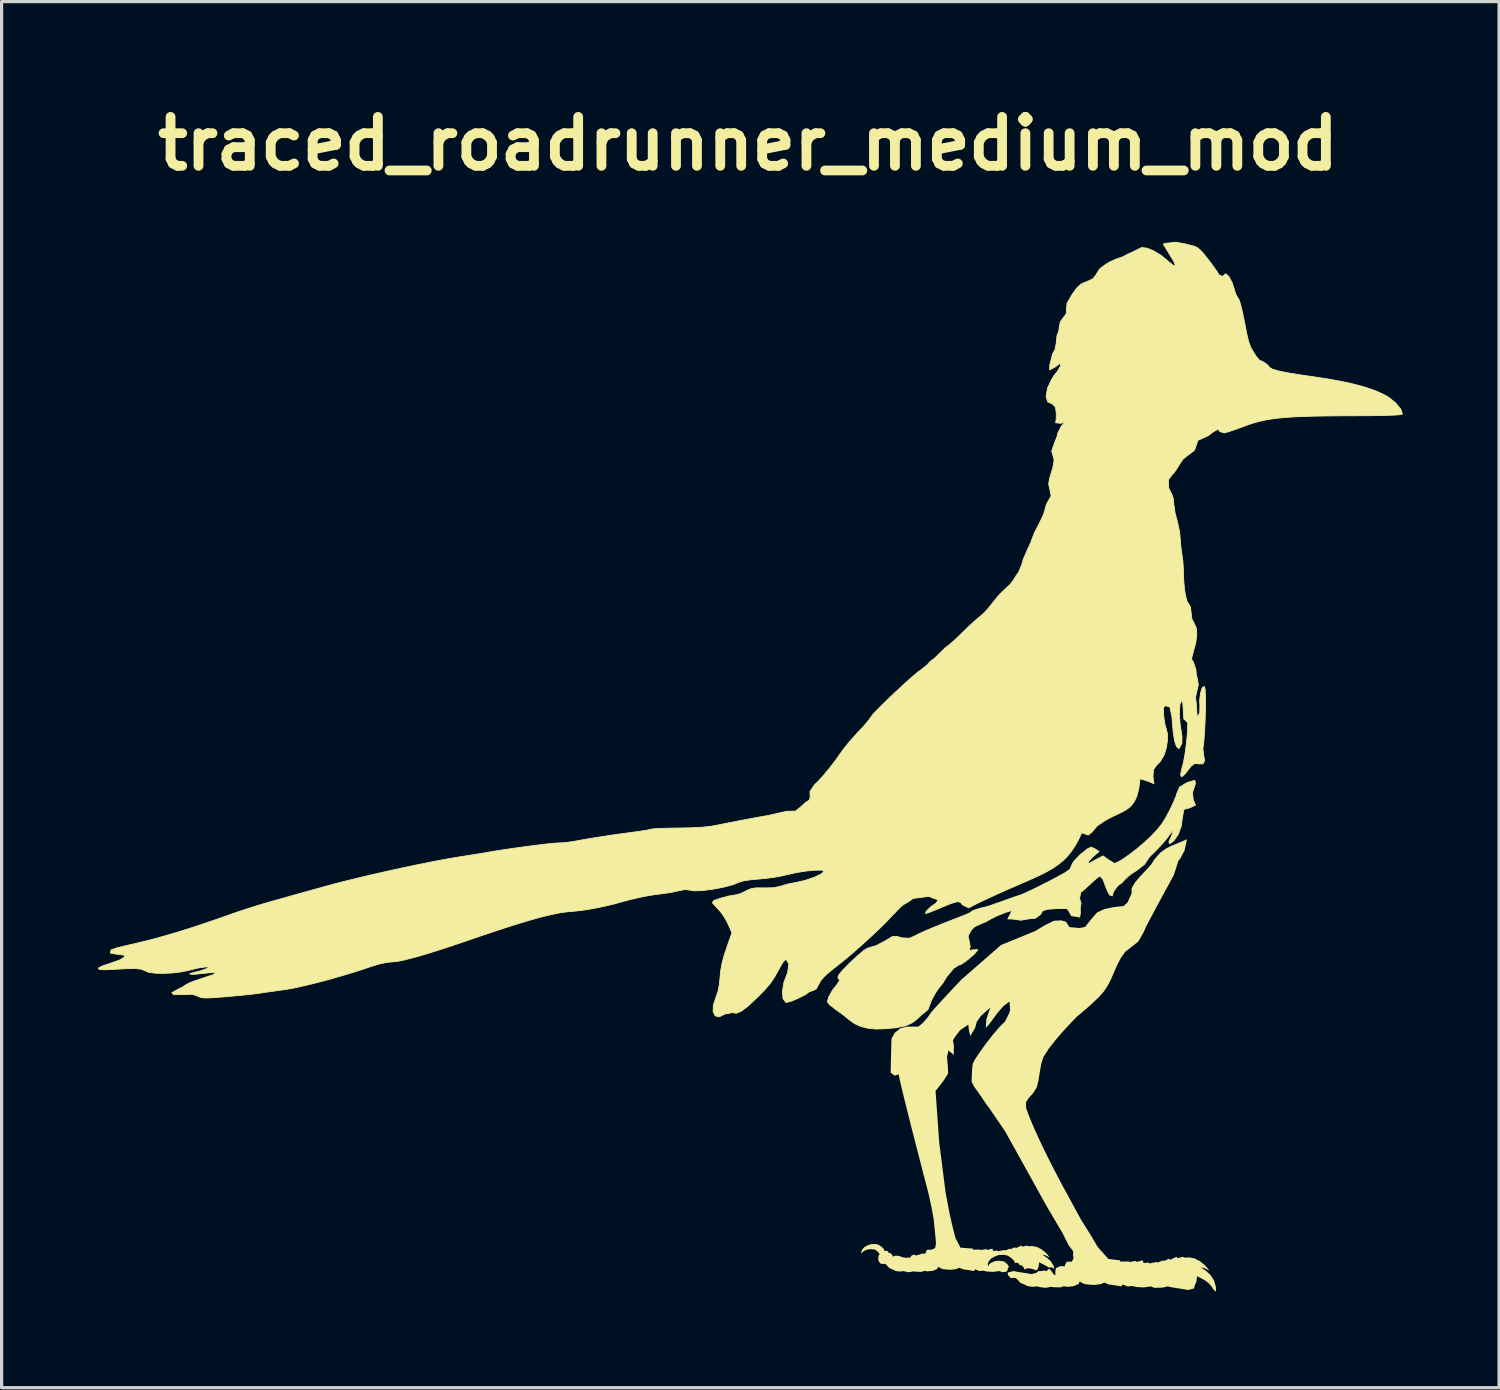
<source format=kicad_pcb>
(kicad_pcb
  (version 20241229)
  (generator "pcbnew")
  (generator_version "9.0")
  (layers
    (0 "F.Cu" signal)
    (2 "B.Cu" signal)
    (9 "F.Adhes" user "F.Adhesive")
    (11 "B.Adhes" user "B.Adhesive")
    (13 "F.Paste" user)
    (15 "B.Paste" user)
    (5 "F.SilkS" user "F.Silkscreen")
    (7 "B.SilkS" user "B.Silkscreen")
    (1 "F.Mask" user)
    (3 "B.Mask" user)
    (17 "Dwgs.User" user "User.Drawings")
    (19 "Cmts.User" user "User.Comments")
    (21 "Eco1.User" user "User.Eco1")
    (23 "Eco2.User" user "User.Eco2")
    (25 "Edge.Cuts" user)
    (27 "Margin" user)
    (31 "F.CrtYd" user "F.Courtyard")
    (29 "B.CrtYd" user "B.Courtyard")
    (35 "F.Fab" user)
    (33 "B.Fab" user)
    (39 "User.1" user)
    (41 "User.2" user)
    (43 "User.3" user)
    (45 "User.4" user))
  (footprint "traced_roadrunner_medium_mod"
    (layer "F.Cu")
    (at 20.262 20.831)
    (property "Reference" "traced_roadrunner_medium_mod" (at 0 -19.404 0) (layer "F.SilkS") (effects (font (size 1.524 1.524) (thickness 0.305))))
    (attr smd)
    (fp_poly (pts (xy 14.084 -11.843) (xy 14.14 -12.068) (xy 14.098 -12.316) (xy 14.022 -12.184) (xy 13.978 -12.027) (xy 13.919 -11.928) (xy 13.849 -11.827) (xy 13.941 -11.786) (xy 14.084 -11.843) (xy 14.084 -11.843)) (stroke (width 0.026) (type solid)) (fill yes) (layer "F.SilkS"))
    (fp_poly (pts (xy 11.821 -11.804) (xy 12.04 -11.857) (xy 12.292 -11.88) (xy 12.564 -11.915) (xy 12.738 -12.04) (xy 12.867 -12.295) (xy 12.958 -12.536) (xy 12.811 -12.683) (xy 12.693 -12.778) (xy 12.549 -12.821) (xy 12.325 -12.818) (xy 11.967 -12.774) (xy 11.622 -12.701) (xy 11.382 -12.593) (xy 11.254 -12.455) (xy 11.241 -12.29) (xy 11.19 -12.129) (xy 11.113 -11.935) (xy 11.056 -11.747) (xy 11.057 -11.622) (xy 11.145 -11.586) (xy 11.364 -11.638) (xy 11.821 -11.804) (xy 11.821 -11.804)) (stroke (width 0.026) (type solid)) (fill yes) (layer "F.SilkS"))
    (fp_poly (pts (xy 7.143 4.444) (xy 7.255 4.41) (xy 7.347 4.391) (xy 7.517 4.342) (xy 7.864 4.221) (xy 8.125 4.126) (xy 8.341 4.052) (xy 8.464 4.013) (xy 8.575 3.97) (xy 8.776 3.877) (xy 9.036 3.75) (xy 9.323 3.605) (xy 9.606 3.457) (xy 9.854 3.322) (xy 10.023 3.205) (xy 10.062 3.116) (xy 10.13 2.976) (xy 10.326 2.764) (xy 10.57 2.567) (xy 10.687 2.514) (xy 10.809 2.57) (xy 10.932 2.65) (xy 10.717 2.835) (xy 10.577 2.989) (xy 10.627 3.015) (xy 10.84 2.899) (xy 11.055 2.786) (xy 11.211 2.899) (xy 11.407 3.021) (xy 11.512 2.984) (xy 11.681 2.883) (xy 11.892 2.735) (xy 12.123 2.556) (xy 12.352 2.362) (xy 12.559 2.169) (xy 12.736 1.981) (xy 12.88 1.8) (xy 13.007 1.603) (xy 13.133 1.367) (xy 13.248 1.125) (xy 13.329 0.931) (xy 13.361 0.826) (xy 13.445 0.638) (xy 13.682 0.499) (xy 13.916 0.432) (xy 13.933 0.535) (xy 13.842 0.814) (xy 13.866 1.042) (xy 13.938 1.203) (xy 13.767 1.286) (xy 13.574 1.338) (xy 13.528 1.594) (xy 13.49 1.867) (xy 13.399 2.114) (xy 13.265 2.31) (xy 13.137 2.407) (xy 13.107 2.349) (xy 13.19 2.161) (xy 13.266 1.946) (xy 13.121 2.133) (xy 13.042 2.245) (xy 12.899 2.412) (xy 12.712 2.612) (xy 12.5 2.821) (xy 12.35 3.046) (xy 12.131 3.22) (xy 11.909 3.365) (xy 11.752 3.504) (xy 11.638 3.628) (xy 11.514 3.716) (xy 11.382 3.9) (xy 11.342 4.034) (xy 11.254 4) (xy 11.165 3.816) (xy 11.054 3.519) (xy 10.956 3.412) (xy 10.86 3.48) (xy 10.679 3.644) (xy 10.485 3.822) (xy 10.359 3.925) (xy 10.324 4.112) (xy 10.371 4.267) (xy 10.346 4.393) (xy 10.348 4.584) (xy 10.328 4.694) (xy 10.225 4.672) (xy 10.074 4.652) (xy 9.989 4.503) (xy 9.932 4.428) (xy 9.635 4.427) (xy 9.314 4.45) (xy 9.173 4.499) (xy 9.109 4.611) (xy 8.951 4.727) (xy 8.768 4.745) (xy 8.498 4.791) (xy 8.328 4.765) (xy 8.206 4.751) (xy 8.091 4.753) (xy 8.162 4.607) (xy 8.222 4.487) (xy 8.025 4.545) (xy 7.729 4.664) (xy 7.542 4.76) (xy 7.419 4.832) (xy 7.233 4.908) (xy 7.053 4.994) (xy 6.956 5.091) (xy 6.85 5.284) (xy 6.885 5.444) (xy 6.918 5.616) (xy 6.882 5.738) (xy 7.001 5.712) (xy 7.155 5.709) (xy 7.05 5.843) (xy 6.93 5.943) (xy 6.787 6.063) (xy 6.649 6.158) (xy 6.538 6.198) (xy 6.403 6.291) (xy 6.193 6.54) (xy 6.077 6.73) (xy 5.994 6.839) (xy 5.921 6.927) (xy 5.834 7.055) (xy 5.711 7.283) (xy 5.639 7.475) (xy 5.6 7.576) (xy 5.417 7.724) (xy 5.27 7.863) (xy 5.113 7.985) (xy 4.901 8.081) (xy 4.59 8.143) (xy 4.248 8.173) (xy 3.98 8.181) (xy 3.735 8.157) (xy 3.514 8.102) (xy 3.322 8.017) (xy 3.16 7.902) (xy 2.954 7.735) (xy 2.719 7.566) (xy 2.539 7.426) (xy 2.464 7.331) (xy 2.514 7.175) (xy 2.628 6.97) (xy 2.752 6.813) (xy 2.851 6.667) (xy 2.794 6.576) (xy 2.818 6.501) (xy 2.954 6.337) (xy 3.159 6.127) (xy 3.388 5.916) (xy 3.591 5.739) (xy 3.713 5.664) (xy 3.901 5.607) (xy 4.01 5.575) (xy 4.049 5.548) (xy 4.238 5.452) (xy 4.49 5.3) (xy 4.629 5.297) (xy 4.813 5.343) (xy 5.031 5.35) (xy 5.187 5.281) (xy 5.306 5.218) (xy 5.53 5.117) (xy 5.828 4.992) (xy 6.166 4.857) (xy 6.537 4.713) (xy 6.789 4.615) (xy 6.932 4.549) (xy 6.977 4.504) (xy 7.143 4.444)) (stroke (width 0.026) (type solid)) (fill yes) (layer "F.SilkS"))
    (fp_poly (pts (xy 13.673 2.266) (xy 13.424 2.375) (xy 13.207 2.462) (xy 13.013 2.558) (xy 12.831 2.694) (xy 12.65 2.902) (xy 12.556 3.051) (xy 12.395 3.23) (xy 12.21 3.425) (xy 12.046 3.62) (xy 11.944 3.8) (xy 11.948 3.948) (xy 11.82 4.236) (xy 11.696 4.351) (xy 11.6 4.357) (xy 11.371 4.384) (xy 11.099 4.443) (xy 10.872 4.547) (xy 10.703 4.739) (xy 10.559 4.919) (xy 10.497 4.999) (xy 10.326 5.033) (xy 10.01 5.005) (xy 9.9 4.837) (xy 9.752 4.795) (xy 9.522 4.809) (xy 9.242 4.947) (xy 9.042 5.066) (xy 8.966 5.117) (xy 7.879 5.562) (xy 6.632 6.649) (xy 6.543 6.743) (xy 6.328 6.973) (xy 6.064 7.257) (xy 5.827 7.516) (xy 5.693 7.67) (xy 5.586 7.826) (xy 5.432 8) (xy 5.296 8.106) (xy 5.138 8.104) (xy 4.953 8.105) (xy 4.741 8.156) (xy 4.563 8.301) (xy 4.464 8.484) (xy 4.46 8.624) (xy 4.452 8.947) (xy 4.443 9.302) (xy 4.439 9.542) (xy 4.565 9.634) (xy 4.691 9.593) (xy 4.704 9.678) (xy 4.742 9.852) (xy 4.8 10.099) (xy 4.875 10.404) (xy 4.962 10.752) (xy 5.056 11.128) (xy 5.155 11.516) (xy 5.254 11.902) (xy 5.349 12.27) (xy 5.435 12.606) (xy 5.51 12.893) (xy 5.568 13.117) (xy 5.606 13.262) (xy 5.619 13.314) (xy 5.714 13.752) (xy 5.778 14.101) (xy 5.828 14.601) (xy 5.851 14.851) (xy 5.824 15.007) (xy 5.71 15.056) (xy 5.57 15.06) (xy 5.535 15.128) (xy 5.52 15.181) (xy 5.399 15.177) (xy 5.365 15.2) (xy 5.217 15.238) (xy 5.175 15.208) (xy 5.096 15.234) (xy 5.031 15.314) (xy 4.99 15.295) (xy 4.906 15.319) (xy 4.899 15.3) (xy 4.819 15.296) (xy 4.736 15.262) (xy 4.647 15.243) (xy 4.571 15.245) (xy 4.51 15.272) (xy 4.487 15.22) (xy 4.436 15.164) (xy 4.378 15.154) (xy 4.351 15.106) (xy 4.302 15.088) (xy 4.254 15.101) (xy 4.224 15.031) (xy 4.158 14.966) (xy 4.061 14.902) (xy 3.97 14.879) (xy 3.83 14.883) (xy 3.714 14.923) (xy 3.612 14.981) (xy 3.551 15.055) (xy 3.522 15.122) (xy 3.532 15.186) (xy 3.566 15.125) (xy 3.625 15.087) (xy 3.722 15.048) (xy 3.837 15.038) (xy 3.968 15.059) (xy 4.053 15.135) (xy 4.095 15.199) (xy 4.067 15.23) (xy 4.053 15.294) (xy 4.055 15.361) (xy 4.067 15.421) (xy 4.135 15.497) (xy 4.275 15.5) (xy 4.344 15.569) (xy 4.398 15.629) (xy 4.521 15.682) (xy 4.596 15.72) (xy 4.72 15.736) (xy 4.843 15.725) (xy 4.934 15.746) (xy 5.01 15.758) (xy 5.155 15.731) (xy 5.22 15.742) (xy 5.402 15.747) (xy 5.488 15.715) (xy 5.579 15.731) (xy 5.756 15.715) (xy 5.89 15.656) (xy 5.922 15.586) (xy 5.976 15.624) (xy 6.067 15.662) (xy 6.297 15.683) (xy 6.474 15.662) (xy 6.582 15.619) (xy 6.694 15.667) (xy 6.844 15.688) (xy 7.037 15.721) (xy 7.064 15.667) (xy 7.204 15.721) (xy 7.332 15.71) (xy 7.44 15.737) (xy 7.638 15.747) (xy 7.826 15.721) (xy 7.917 15.758) (xy 8.045 15.742) (xy 8.079 15.699) (xy 8.094 15.624) (xy 8.127 15.589) (xy 8.079 15.514) (xy 7.98 15.425) (xy 7.828 15.401) (xy 7.693 15.412) (xy 7.581 15.458) (xy 7.512 15.503) (xy 7.473 15.573) (xy 7.462 15.498) (xy 7.495 15.421) (xy 7.565 15.335) (xy 7.684 15.267) (xy 7.819 15.22) (xy 7.982 15.216) (xy 8.088 15.243) (xy 8.2 15.318) (xy 8.277 15.393) (xy 8.313 15.474) (xy 8.368 15.459) (xy 8.425 15.481) (xy 8.456 15.536) (xy 8.524 15.547) (xy 8.584 15.613) (xy 8.61 15.673) (xy 8.681 15.642) (xy 8.769 15.639) (xy 8.873 15.662) (xy 8.97 15.701) (xy 9.006 15.678) (xy 9.043 15.608) (xy 9.065 15.447) (xy 9.279 15.56) (xy 9.373 15.614) (xy 9.464 15.604) (xy 9.512 15.64) (xy 9.539 15.633) (xy 9.52 15.565) (xy 9.429 15.42) (xy 9.316 15.313) (xy 9.166 15.211) (xy 9.252 15.227) (xy 9.397 15.297) (xy 9.274 15.152) (xy 9.139 15.045) (xy 8.995 14.97) (xy 8.85 14.943) (xy 8.721 14.949) (xy 8.684 14.927) (xy 8.539 14.964) (xy 8.512 14.927) (xy 8.334 15.011) (xy 8.319 14.977) (xy 8.164 15.045) (xy 8.167 15.018) (xy 8.008 15.083) (xy 7.997 15.064) (xy 7.78 15.105) (xy 7.769 15.083) (xy 7.629 15.094) (xy 7.61 15.022) (xy 7.447 15.064) (xy 7.417 15.037) (xy 7.25 15.068) (xy 7.234 15.052) (xy 7.007 15.056) (xy 6.999 15.022) (xy 6.615 14.993) (xy 6.456 14.688) (xy 6.362 14.316) (xy 6.27 13.91) (xy 6.152 13.284) (xy 5.951 11.709) (xy 5.837 10.109) (xy 5.925 10.002) (xy 6.099 9.775) (xy 6.228 9.568) (xy 6.222 9.356) (xy 6.193 9.048) (xy 6.241 8.849) (xy 6.404 8.988) (xy 6.408 8.691) (xy 6.379 8.534) (xy 6.438 8.431) (xy 6.604 8.218) (xy 6.858 8.043) (xy 6.878 8.227) (xy 6.921 8.396) (xy 7.071 8.145) (xy 7.123 7.955) (xy 7.248 7.777) (xy 7.447 7.597) (xy 7.551 7.514) (xy 7.502 7.627) (xy 7.42 7.881) (xy 7.4 8.144) (xy 7.495 8.049) (xy 7.626 7.872) (xy 7.783 7.66) (xy 7.958 7.462) (xy 8.143 7.325) (xy 8.16 7.594) (xy 8.13 7.69) (xy 8.005 7.942) (xy 7.834 8.111) (xy 7.627 8.353) (xy 7.413 8.628) (xy 7.218 8.897) (xy 7.07 9.119) (xy 6.998 9.254) (xy 6.979 9.411) (xy 6.966 9.65) (xy 6.961 9.821) (xy 7.033 9.968) (xy 7.181 10.173) (xy 7.301 10.348) (xy 7.419 10.524) (xy 7.494 10.622) (xy 8.005 11.369) (xy 9.173 13.474) (xy 9.349 13.787) (xy 9.543 14.114) (xy 9.79 14.533) (xy 9.984 14.921) (xy 10.129 15.11) (xy 10.121 15.238) (xy 10.138 15.318) (xy 10.085 15.428) (xy 9.922 15.432) (xy 9.882 15.511) (xy 9.865 15.573) (xy 9.724 15.569) (xy 9.587 15.632) (xy 9.569 15.737) (xy 9.569 15.855) (xy 9.515 15.823) (xy 9.461 15.737) (xy 9.392 15.66) (xy 9.348 15.663) (xy 9.296 15.728) (xy 9.247 15.706) (xy 9.071 15.728) (xy 9.062 15.706) (xy 8.984 15.774) (xy 8.829 15.817) (xy 8.609 15.78) (xy 8.394 15.747) (xy 8.276 15.721) (xy 8.139 15.751) (xy 8.081 15.776) (xy 8.094 15.847) (xy 8.173 15.935) (xy 8.336 15.938) (xy 8.417 16.019) (xy 8.48 16.088) (xy 8.623 16.15) (xy 8.71 16.194) (xy 8.854 16.213) (xy 8.997 16.2) (xy 9.103 16.225) (xy 9.271 16.244) (xy 9.44 16.213) (xy 9.515 16.225) (xy 9.727 16.231) (xy 9.827 16.194) (xy 9.933 16.213) (xy 10.139 16.194) (xy 10.294 16.125) (xy 10.332 16.044) (xy 10.394 16.088) (xy 10.5 16.131) (xy 10.768 16.156) (xy 10.974 16.131) (xy 11.099 16.082) (xy 11.23 16.138) (xy 11.404 16.163) (xy 11.629 16.2) (xy 11.66 16.138) (xy 11.822 16.2) (xy 11.972 16.188) (xy 12.097 16.219) (xy 12.327 16.231) (xy 12.546 16.2) (xy 12.652 16.244) (xy 12.914 16.238) (xy 13.069 16.2) (xy 13.207 16.231) (xy 13.456 16.269) (xy 13.712 16.312) (xy 13.893 16.262) (xy 13.918 16.15) (xy 13.961 16.069) (xy 13.986 15.882) (xy 14.236 16.013) (xy 14.36 16.113) (xy 14.448 16.219) (xy 14.51 16.319) (xy 14.573 16.356) (xy 14.573 16.219) (xy 14.516 16.019) (xy 14.41 15.851) (xy 14.279 15.726) (xy 14.105 15.608) (xy 14.205 15.626) (xy 14.373 15.708) (xy 14.229 15.539) (xy 14.073 15.414) (xy 13.905 15.327) (xy 13.737 15.296) (xy 13.587 15.302) (xy 13.543 15.277) (xy 13.375 15.321) (xy 13.344 15.277) (xy 13.137 15.375) (xy 13.119 15.335) (xy 12.938 15.414) (xy 12.943 15.383) (xy 12.758 15.458) (xy 12.744 15.436) (xy 12.493 15.485) (xy 12.48 15.458) (xy 12.317 15.472) (xy 12.295 15.388) (xy 12.105 15.436) (xy 12.07 15.406) (xy 11.876 15.441) (xy 11.858 15.423) (xy 11.593 15.427) (xy 11.585 15.388) (xy 11.223 15.344) (xy 10.892 14.973) (xy 10.65 14.566) (xy 10.375 14.129) (xy 9.98 13.402) (xy 9.957 13.361) (xy 9.894 13.245) (xy 9.797 13.066) (xy 9.674 12.834) (xy 9.531 12.561) (xy 9.376 12.256) (xy 9.216 11.932) (xy 9.057 11.599) (xy 8.907 11.268) (xy 8.773 10.951) (xy 8.662 10.657) (xy 8.652 10.47) (xy 8.742 10.327) (xy 8.873 10.185) (xy 8.989 10.001) (xy 9.043 9.792) (xy 9.085 9.524) (xy 9.132 9.258) (xy 9.198 9.055) (xy 9.368 8.789) (xy 9.592 8.504) (xy 9.831 8.229) (xy 10.048 7.995) (xy 10.206 7.833) (xy 10.267 7.772) (xy 10.33 7.721) (xy 10.49 7.587) (xy 10.699 7.403) (xy 10.914 7.199) (xy 11.086 7.006) (xy 11.213 6.811) (xy 11.317 6.602) (xy 11.41 6.386) (xy 11.505 6.171) (xy 11.613 5.965) (xy 11.746 5.776) (xy 11.951 5.616) (xy 12.155 5.456) (xy 12.323 5.163) (xy 12.405 4.974) (xy 12.726 4.369) (xy 13.26 3.388) (xy 13.403 2.943) (xy 13.468 2.86) (xy 13.593 2.627) (xy 13.673 2.266) (xy 13.673 2.266)) (stroke (width 0) (type solid)) (fill yes) (layer "F.SilkS"))
    (fp_poly (pts (xy 6.869 4.405) (xy 6.672 4.308) (xy 6.613 4.227) (xy 6.507 4.213) (xy 6.306 4.274) (xy 5.962 4.417) (xy 5.674 4.535) (xy 5.526 4.584) (xy 5.542 4.518) (xy 5.684 4.377) (xy 5.86 4.252) (xy 5.918 4.155) (xy 5.753 4.098) (xy 5.673 4.064) (xy 5.624 4.051) (xy 5.555 4.056) (xy 5.411 4.077) (xy 5.141 4.111) (xy 5.008 4.204) (xy 4.923 4.257) (xy 4.87 4.286) (xy 4.831 4.308) (xy 4.789 4.34) (xy 4.728 4.397) (xy 4.629 4.498) (xy 4.477 4.657) (xy 4.254 4.893) (xy 4.048 5.092) (xy 3.829 5.297) (xy 3.606 5.501) (xy 3.388 5.696) (xy 3.184 5.874) (xy 3.001 6.027) (xy 2.849 6.149) (xy 2.566 6.372) (xy 2.379 6.536) (xy 2.266 6.664) (xy 2.202 6.781) (xy 2.119 6.931) (xy 2.028 6.978) (xy 1.909 7.016) (xy 1.783 7.108) (xy 1.549 7.227) (xy 1.313 7.324) (xy 1.175 7.354) (xy 1.085 7.235) (xy 1.066 7.008) (xy 1.114 6.722) (xy 1.228 6.425) (xy 1.267 6.155) (xy 1.174 6.001) (xy 1.074 6.112) (xy 0.922 6.38) (xy 0.81 6.581) (xy 0.684 6.765) (xy 0.524 6.952) (xy 0.315 7.165) (xy 0.005 7.457) (xy -0.213 7.625) (xy -0.369 7.69) (xy -0.495 7.67) (xy -0.728 7.714) (xy -0.903 7.802) (xy -1.027 7.771) (xy -1.092 7.642) (xy -1.086 7.436) (xy -0.999 7.174) (xy -0.941 7.009) (xy -0.9 6.802) (xy -0.876 6.563) (xy -0.856 6.357) (xy -0.818 6.148) (xy -0.761 5.925) (xy -0.68 5.676) (xy -0.506 5.18) (xy -0.639 4.885) (xy -0.733 4.711) (xy -0.85 4.541) (xy -0.967 4.409) (xy -1.113 4.252) (xy -1.083 4.183) (xy -0.879 4.11) (xy -0.586 4.033) (xy -0.372 3.998) (xy -0.249 3.964) (xy -0.08 3.883) (xy 0.075 3.811) (xy 0.239 3.782) (xy 0.484 3.784) (xy 0.798 3.778) (xy 1.018 3.728) (xy 1.23 3.664) (xy 1.498 3.612) (xy 1.777 3.549) (xy 2.06 3.452) (xy 2.279 3.348) (xy 2.367 3.263) (xy 2.289 3.231) (xy 2.087 3.231) (xy 1.806 3.258) (xy 1.493 3.308) (xy 1.194 3.376) (xy 1.013 3.417) (xy 0.792 3.456) (xy 0.558 3.487) (xy 0.339 3.507) (xy 0.079 3.53) (xy -0.134 3.561) (xy -0.252 3.594) (xy -0.467 3.681) (xy -0.765 3.76) (xy -1.097 3.824) (xy -1.418 3.865) (xy -1.681 3.876) (xy -1.838 3.85) (xy -1.962 3.833) (xy -2.16 3.872) (xy -2.419 3.928) (xy -2.707 3.968) (xy -2.924 3.995) (xy -3.174 4.037) (xy -3.44 4.092) (xy -3.707 4.155) (xy -3.961 4.224) (xy -4.225 4.296) (xy -4.499 4.361) (xy -4.775 4.417) (xy -5.044 4.464) (xy -5.297 4.498) (xy -5.525 4.519) (xy -5.664 4.531) (xy -5.819 4.553) (xy -5.99 4.584) (xy -6.181 4.625) (xy -6.392 4.676) (xy -6.627 4.739) (xy -6.886 4.814) (xy -7.172 4.9) (xy -7.488 5) (xy -7.834 5.113) (xy -8.213 5.24) (xy -8.627 5.381) (xy -9.037 5.521) (xy -9.408 5.644) (xy -9.741 5.752) (xy -10.038 5.844) (xy -10.299 5.921) (xy -10.527 5.983) (xy -10.722 6.03) (xy -10.885 6.064) (xy -11.019 6.084) (xy -11.124 6.09) (xy -11.297 6.11) (xy -11.532 6.165) (xy -11.784 6.243) (xy -12.039 6.33) (xy -12.317 6.419) (xy -12.611 6.507) (xy -12.913 6.594) (xy -13.214 6.677) (xy -13.507 6.753) (xy -13.784 6.821) (xy -14.036 6.878) (xy -14.256 6.923) (xy -14.436 6.952) (xy -14.741 6.995) (xy -15.042 7.037) (xy -15.273 7.071) (xy -15.453 7.094) (xy -15.709 7.121) (xy -16.006 7.15) (xy -16.31 7.177) (xy -16.699 7.206) (xy -16.933 7.213) (xy -17.065 7.196) (xy -17.152 7.155) (xy -17.318 7.098) (xy -17.617 7.107) (xy -17.901 7.11) (xy -17.958 7.052) (xy -17.777 6.947) (xy -17.624 6.872) (xy -17.513 6.799) (xy -17.41 6.744) (xy -17.218 6.669) (xy -16.979 6.592) (xy -16.674 6.488) (xy -16.575 6.427) (xy -16.713 6.421) (xy -16.977 6.447) (xy -17.227 6.473) (xy -17.378 6.474) (xy -17.396 6.454) (xy -17.252 6.415) (xy -17.071 6.369) (xy -16.91 6.313) (xy -16.763 6.249) (xy -16.911 6.247) (xy -17.122 6.276) (xy -17.424 6.349) (xy -17.666 6.401) (xy -17.942 6.434) (xy -18.222 6.447) (xy -18.476 6.441) (xy -18.676 6.414) (xy -18.792 6.367) (xy -18.892 6.32) (xy -19.076 6.298) (xy -19.365 6.299) (xy -19.78 6.323) (xy -20.067 6.335) (xy -20.224 6.322) (xy -20.249 6.284) (xy -20.142 6.224) (xy -19.903 6.142) (xy -19.586 6.031) (xy -19.431 5.939) (xy -19.447 5.877) (xy -19.643 5.854) (xy -19.872 5.817) (xy -19.853 5.718) (xy -19.671 5.653) (xy -19.317 5.566) (xy -19.089 5.515) (xy -18.859 5.46) (xy -18.624 5.401) (xy -18.384 5.337) (xy -18.138 5.268) (xy -17.884 5.194) (xy -17.621 5.113) (xy -17.349 5.027) (xy -17.064 4.933) (xy -16.768 4.833) (xy -16.457 4.726) (xy -16.132 4.611) (xy -15.897 4.529) (xy -15.622 4.439) (xy -15.331 4.347) (xy -15.045 4.26) (xy -14.788 4.186) (xy -14.6 4.134) (xy -14.378 4.072) (xy -14.133 4.003) (xy -13.875 3.931) (xy -13.614 3.859) (xy -13.36 3.788) (xy -13.123 3.722) (xy -12.898 3.661) (xy -12.65 3.597) (xy -12.381 3.53) (xy -12.096 3.461) (xy -11.799 3.39) (xy -11.493 3.32) (xy -11.183 3.25) (xy -10.873 3.182) (xy -10.566 3.116) (xy -10.267 3.054) (xy -9.979 2.996) (xy -9.706 2.942) (xy -9.452 2.895) (xy -9.222 2.854) (xy -9.018 2.821) (xy -8.76 2.78) (xy -8.508 2.74) (xy -8.291 2.705) (xy -8.139 2.679) (xy -7.867 2.633) (xy -7.552 2.584) (xy -7.214 2.535) (xy -6.876 2.489) (xy -6.559 2.448) (xy -6.282 2.415) (xy -6.068 2.393) (xy -5.938 2.385) (xy -5.701 2.372) (xy -5.466 2.341) (xy -5.222 2.296) (xy -4.971 2.253) (xy -4.714 2.21) (xy -4.454 2.17) (xy -4.196 2.131) (xy -3.941 2.096) (xy -3.694 2.063) (xy -3.38 2.02) (xy -3.143 1.982) (xy -3.034 1.956) (xy -2.949 1.943) (xy -2.755 1.932) (xy -2.48 1.923) (xy -2.153 1.918) (xy -1.826 1.912) (xy -1.551 1.901) (xy -1.32 1.883) (xy -1.124 1.858) (xy -0.956 1.826) (xy -0.608 1.757) (xy -0.324 1.701) (xy -0.096 1.657) (xy 0.082 1.624) (xy 0.219 1.598) (xy 0.32 1.58) (xy 0.395 1.567) (xy 0.449 1.558) (xy 0.489 1.551) (xy 0.524 1.545) (xy 0.56 1.539) (xy 0.605 1.53) (xy 0.665 1.517) (xy 0.749 1.498) (xy 0.862 1.473) (xy 1.013 1.439) (xy 1.208 1.395) (xy 1.473 1.391) (xy 1.648 1.251) (xy 1.787 1.123) (xy 1.901 1.049) (xy 1.93 0.97) (xy 1.926 0.775) (xy 2.073 0.563) (xy 2.185 0.458) (xy 2.35 0.274) (xy 2.539 0.045) (xy 2.722 -0.193) (xy 2.87 -0.403) (xy 2.968 -0.539) (xy 3.104 -0.708) (xy 3.259 -0.889) (xy 3.415 -1.059) (xy 3.604 -1.263) (xy 3.745 -1.429) (xy 3.808 -1.52) (xy 3.881 -1.616) (xy 4.052 -1.796) (xy 4.29 -2.032) (xy 4.563 -2.294) (xy 4.841 -2.552) (xy 5.091 -2.777) (xy 5.284 -2.94) (xy 5.386 -3.011) (xy 5.576 -3.167) (xy 5.671 -3.273) (xy 5.791 -3.358) (xy 5.954 -3.516) (xy 6.136 -3.694) (xy 6.264 -3.791) (xy 6.453 -3.958) (xy 6.661 -4.158) (xy 6.874 -4.365) (xy 7.074 -4.548) (xy 7.219 -4.669) (xy 7.341 -4.778) (xy 7.483 -4.931) (xy 7.614 -5.095) (xy 7.745 -5.26) (xy 7.887 -5.416) (xy 8.01 -5.53) (xy 8.16 -5.671) (xy 8.26 -5.802) (xy 8.335 -5.927) (xy 8.424 -6.053) (xy 8.523 -6.282) (xy 8.573 -6.459) (xy 8.694 -6.739) (xy 8.815 -7.004) (xy 8.865 -7.148) (xy 8.923 -7.292) (xy 9.061 -7.558) (xy 9.199 -7.844) (xy 9.256 -8.034) (xy 9.287 -8.159) (xy 9.36 -8.289) (xy 9.439 -8.431) (xy 9.401 -8.616) (xy 9.362 -8.802) (xy 9.388 -8.966) (xy 9.493 -9.314) (xy 9.532 -9.538) (xy 9.508 -9.647) (xy 9.456 -9.823) (xy 9.549 -10.099) (xy 9.618 -10.263) (xy 9.647 -10.387) (xy 9.757 -10.604) (xy 9.867 -10.724) (xy 9.736 -10.692) (xy 9.58 -10.709) (xy 9.599 -10.859) (xy 9.598 -11.028) (xy 9.573 -11.196) (xy 9.478 -11.296) (xy 9.333 -11.358) (xy 9.281 -11.53) (xy 9.327 -11.792) (xy 9.449 -12.047) (xy 9.518 -12.166) (xy 9.569 -12.229) (xy 9.64 -12.32) (xy 9.743 -12.499) (xy 9.708 -12.556) (xy 9.563 -12.447) (xy 9.394 -12.358) (xy 9.398 -12.509) (xy 9.452 -12.728) (xy 9.483 -12.851) (xy 9.557 -12.981) (xy 9.603 -13.212) (xy 9.62 -13.424) (xy 9.674 -13.555) (xy 9.696 -13.705) (xy 9.726 -13.857) (xy 9.819 -13.984) (xy 9.911 -14.107) (xy 9.915 -14.249) (xy 9.935 -14.432) (xy 10.097 -14.713) (xy 10.249 -14.922) (xy 10.379 -15.036) (xy 10.551 -15.108) (xy 10.739 -15.192) (xy 10.812 -15.283) (xy 10.954 -15.506) (xy 11.141 -15.645) (xy 11.259 -15.717) (xy 11.497 -15.822) (xy 11.657 -15.872) (xy 11.791 -15.945) (xy 11.993 -16.036) (xy 12.142 -16.113) (xy 12.256 -16.168) (xy 12.427 -16.149) (xy 12.638 -16.064) (xy 12.87 -15.92) (xy 13.104 -15.725) (xy 13.256 -15.601) (xy 13.309 -15.607) (xy 13.263 -15.735) (xy 13.116 -15.976) (xy 12.934 -16.273) (xy 12.992 -16.299) (xy 13.126 -16.311) (xy 13.326 -16.336) (xy 13.629 -16.279) (xy 13.772 -16.24) (xy 13.909 -16.208) (xy 14.014 -16.154) (xy 14.151 -16.022) (xy 14.328 -15.803) (xy 14.482 -15.597) (xy 14.607 -15.419) (xy 14.678 -15.307) (xy 14.786 -15.271) (xy 14.879 -15.352) (xy 14.971 -15.271) (xy 15.075 -15.083) (xy 15.144 -14.87) (xy 15.189 -14.72) (xy 15.251 -14.609) (xy 15.293 -14.54) (xy 15.337 -14.411) (xy 15.388 -14.207) (xy 15.451 -13.907) (xy 15.531 -13.495) (xy 15.593 -13.234) (xy 15.66 -13.053) (xy 15.823 -12.782) (xy 15.936 -12.651) (xy 16.037 -12.616) (xy 16.19 -12.505) (xy 16.235 -12.438) (xy 16.33 -12.381) (xy 16.5 -12.328) (xy 16.77 -12.272) (xy 17.165 -12.207) (xy 17.71 -12.127) (xy 18.061 -12.073) (xy 18.385 -12.016) (xy 18.682 -11.956) (xy 18.953 -11.891) (xy 19.199 -11.823) (xy 19.421 -11.75) (xy 19.62 -11.673) (xy 19.797 -11.592) (xy 19.952 -11.505) (xy 20.171 -11.328) (xy 20.335 -11.129) (xy 20.382 -10.982) (xy 20.336 -10.966) (xy 20.21 -10.952) (xy 20.003 -10.942) (xy 19.713 -10.934) (xy 19.339 -10.929) (xy 18.878 -10.927) (xy 18.398 -10.925) (xy 17.973 -10.921) (xy 17.597 -10.914) (xy 17.267 -10.904) (xy 16.975 -10.891) (xy 16.717 -10.873) (xy 16.488 -10.851) (xy 16.282 -10.823) (xy 16.095 -10.79) (xy 15.921 -10.751) (xy 15.754 -10.705) (xy 15.59 -10.652) (xy 15.424 -10.591) (xy 15.186 -10.504) (xy 14.974 -10.432) (xy 14.831 -10.392) (xy 14.696 -10.436) (xy 14.637 -10.513) (xy 14.448 -10.397) (xy 14.331 -10.305) (xy 14.204 -10.247) (xy 14.008 -10.158) (xy 13.968 -10.031) (xy 13.904 -9.851) (xy 13.677 -9.679) (xy 13.546 -9.572) (xy 13.434 -9.406) (xy 13.325 -9.226) (xy 13.201 -9.078) (xy 13.091 -8.931) (xy 13.104 -8.672) (xy 13.196 -8.483) (xy 13.236 -8.382) (xy 13.25 -8.297) (xy 13.262 -8.16) (xy 13.299 -7.901) (xy 13.346 -7.724) (xy 13.401 -7.508) (xy 13.446 -7.273) (xy 13.465 -7.04) (xy 13.486 -6.797) (xy 13.514 -6.601) (xy 13.541 -6.41) (xy 13.557 -6.184) (xy 13.566 -5.854) (xy 13.589 -5.561) (xy 13.625 -5.322) (xy 13.671 -5.15) (xy 13.725 -5.062) (xy 13.781 -4.964) (xy 13.8 -4.787) (xy 13.824 -4.596) (xy 13.895 -4.459) (xy 13.959 -4.321) (xy 13.976 -4.118) (xy 13.947 -3.866) (xy 13.871 -3.581) (xy 13.81 -3.348) (xy 13.866 -3.258) (xy 13.947 -3.028) (xy 13.962 -2.864) (xy 13.999 -2.708) (xy 14.025 -2.545) (xy 13.98 -2.348) (xy 13.937 -2.158) (xy 13.956 -2.014) (xy 13.976 -1.744) (xy 13.991 -1.53) (xy 14.068 -1.662) (xy 14.073 -1.908) (xy 14.064 -2.056) (xy 14.095 -2.288) (xy 14.146 -2.457) (xy 14.218 -2.491) (xy 14.238 -2.381) (xy 14.247 -2.135) (xy 14.246 -1.801) (xy 14.236 -1.428) (xy 14.218 -1.064) (xy 14.195 -0.756) (xy 14.166 -0.554) (xy 14.191 -0.351) (xy 14.221 -0.183) (xy 14.168 -0.08) (xy 14.031 -0.082) (xy 13.908 -0.091) (xy 13.799 -0.009) (xy 13.608 0.235) (xy 13.508 0.325) (xy 13.471 0.266) (xy 13.508 0.077) (xy 13.553 -0.088) (xy 13.592 -0.281) (xy 13.628 -0.505) (xy 13.658 -0.76) (xy 13.685 -1.047) (xy 13.696 -1.36) (xy 13.636 -1.426) (xy 13.571 -1.487) (xy 13.556 -1.744) (xy 13.543 -1.968) (xy 13.513 -2.061) (xy 13.452 -1.94) (xy 13.431 -1.651) (xy 13.458 -1.305) (xy 13.497 -1.063) (xy 13.515 -0.944) (xy 13.513 -0.726) (xy 13.424 -0.555) (xy 13.346 -0.619) (xy 13.286 -0.793) (xy 13.239 -1.099) (xy 13.201 -1.561) (xy 13.137 -1.852) (xy 12.993 -1.896) (xy 12.932 -1.816) (xy 12.946 -1.56) (xy 12.983 -1.32) (xy 13.024 -1.173) (xy 13.062 -1.021) (xy 13.063 -0.812) (xy 13.028 -0.581) (xy 12.961 -0.364) (xy 12.845 -0.162) (xy 12.719 -0.033) (xy 12.627 0.1) (xy 12.611 0.312) (xy 12.642 0.536) (xy 12.458 0.459) (xy 12.209 0.382) (xy 12.169 0.693) (xy 12.107 0.931) (xy 12.023 1.108) (xy 11.918 1.24) (xy 11.791 1.34) (xy 11.645 1.423) (xy 11.479 1.501) (xy 11.295 1.59) (xy 11.092 1.702) (xy 10.872 1.853) (xy 10.706 2.049) (xy 10.593 2.138) (xy 10.391 2.065) (xy 10.289 2.286) (xy 10.181 2.479) (xy 10.067 2.649) (xy 9.945 2.798) (xy 9.812 2.931) (xy 9.667 3.05) (xy 9.507 3.16) (xy 9.332 3.263) (xy 9.138 3.363) (xy 8.924 3.464) (xy 8.688 3.568) (xy 8.429 3.681) (xy 8.144 3.805) (xy 7.831 3.943) (xy 7.489 4.099) (xy 7.115 4.277) (xy 6.869 4.405)) (stroke (width 0.026) (type solid)) (fill yes) (layer "F.SilkS")))
  (gr_rect
    (start -3 -3)
    (end 43.657 40.187)
    (stroke (width 0.1) (type default))
    (fill no)
    (layer "Edge.Cuts")))
</source>
